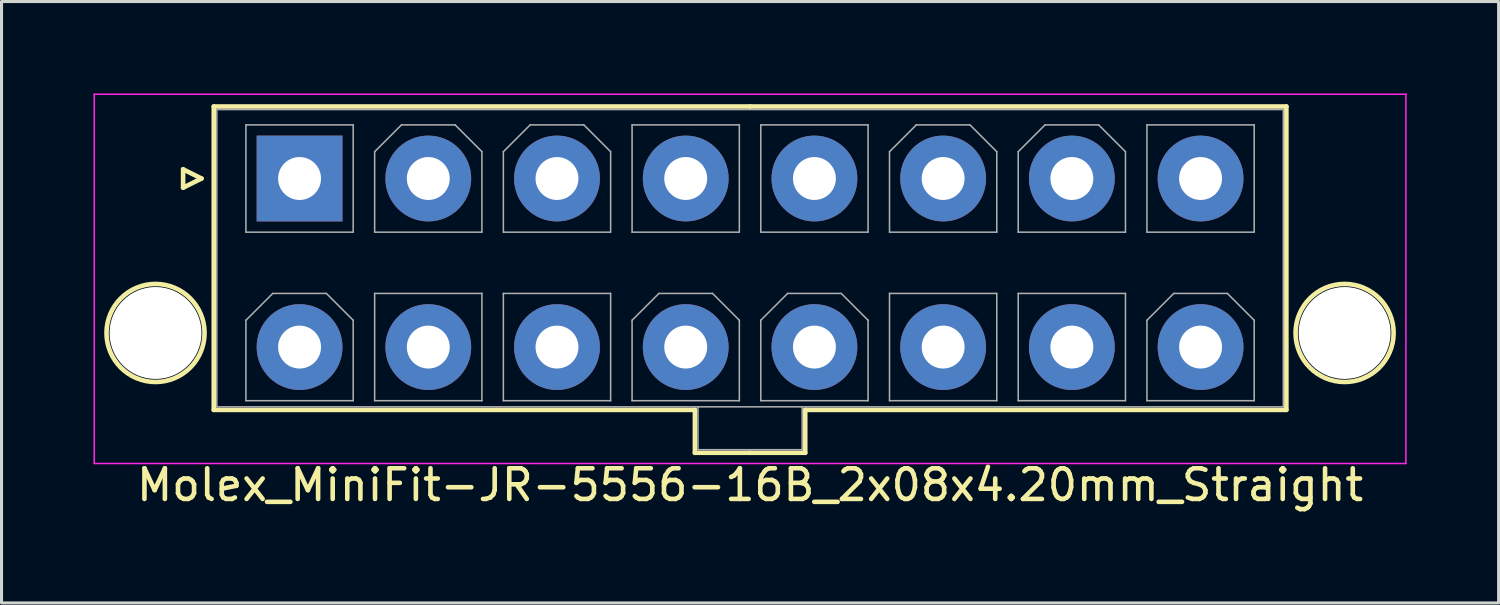
<source format=kicad_pcb>
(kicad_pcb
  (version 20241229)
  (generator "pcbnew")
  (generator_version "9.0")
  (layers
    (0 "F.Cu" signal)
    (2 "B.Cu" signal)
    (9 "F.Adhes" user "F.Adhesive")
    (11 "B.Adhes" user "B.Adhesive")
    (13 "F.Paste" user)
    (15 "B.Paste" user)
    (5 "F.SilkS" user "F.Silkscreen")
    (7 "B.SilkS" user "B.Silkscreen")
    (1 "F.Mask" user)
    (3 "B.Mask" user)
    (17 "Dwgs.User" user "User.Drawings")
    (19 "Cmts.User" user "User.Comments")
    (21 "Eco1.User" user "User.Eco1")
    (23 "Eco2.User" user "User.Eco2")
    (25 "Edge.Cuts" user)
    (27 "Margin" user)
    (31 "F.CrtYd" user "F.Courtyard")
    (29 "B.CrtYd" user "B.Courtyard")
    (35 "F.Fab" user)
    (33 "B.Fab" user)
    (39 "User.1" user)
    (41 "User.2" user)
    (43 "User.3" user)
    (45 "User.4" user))
  (footprint "Molex_MiniFit-JR-5556-16B_2x08x4.20mm_Straight"
    (layer "F.Cu")
    (at 6.725 2.775)
    (property "Reference" "Molex_MiniFit-JR-5556-16B_2x08x4.20mm_Straight" (at 14.7 10 0) (layer "F.SilkS") (effects (font (size 1 1) (thickness 0.15))))
    (attr through_hole)
    (fp_line (start -3.8 -0.3) (end -3.2 0) (stroke (width 0.15) (type solid)) (layer "F.SilkS"))
    (fp_line (start -3.8 0.3) (end -3.8 -0.3) (stroke (width 0.15) (type solid)) (layer "F.SilkS"))
    (fp_line (start -3.2 0) (end -3.8 0.3) (stroke (width 0.15) (type solid)) (layer "F.SilkS"))
    (fp_line (start -2.8 -2.35) (end -2.8 7.55) (stroke (width 0.15) (type solid)) (layer "F.SilkS"))
    (fp_line (start -2.8 7.55) (end 12.9 7.55) (stroke (width 0.15) (type solid)) (layer "F.SilkS"))
    (fp_line (start 12.9 7.55) (end 12.9 8.95) (stroke (width 0.15) (type solid)) (layer "F.SilkS"))
    (fp_line (start 12.9 8.95) (end 14.7 8.95) (stroke (width 0.15) (type solid)) (layer "F.SilkS"))
    (fp_line (start 14.7 -2.35) (end -2.8 -2.35) (stroke (width 0.15) (type solid)) (layer "F.SilkS"))
    (fp_line (start 14.7 -2.35) (end 32.2 -2.35) (stroke (width 0.15) (type solid)) (layer "F.SilkS"))
    (fp_line (start 16.5 7.55) (end 16.5 8.95) (stroke (width 0.15) (type solid)) (layer "F.SilkS"))
    (fp_line (start 16.5 8.95) (end 14.7 8.95) (stroke (width 0.15) (type solid)) (layer "F.SilkS"))
    (fp_line (start 32.2 -2.35) (end 32.2 7.55) (stroke (width 0.15) (type solid)) (layer "F.SilkS"))
    (fp_line (start 32.2 7.55) (end 16.5 7.55) (stroke (width 0.15) (type solid)) (layer "F.SilkS"))
    (fp_circle (center -4.7 5.04) (end -3.1 5.04) (stroke (width 0.15) (type solid)) (fill no) (layer "F.SilkS"))
    (fp_circle (center 34.1 5.04) (end 35.7 5.04) (stroke (width 0.15) (type solid)) (fill no) (layer "F.SilkS"))
    (fp_line (start -6.7 -2.75) (end -6.7 9.3) (stroke (width 0.05) (type solid)) (layer "F.CrtYd"))
    (fp_line (start -6.7 9.3) (end 36.1 9.3) (stroke (width 0.05) (type solid)) (layer "F.CrtYd"))
    (fp_line (start 36.1 -2.75) (end -6.7 -2.75) (stroke (width 0.05) (type solid)) (layer "F.CrtYd"))
    (fp_line (start 36.1 9.3) (end 36.1 -2.75) (stroke (width 0.05) (type solid)) (layer "F.CrtYd"))
    (fp_line (start -2.7 -2.25) (end -2.7 7.45) (stroke (width 0.05) (type solid)) (layer "F.Fab"))
    (fp_line (start -2.7 7.45) (end 32.1 7.45) (stroke (width 0.05) (type solid)) (layer "F.Fab"))
    (fp_line (start -1.75 -1.75) (end -1.75 1.75) (stroke (width 0.05) (type solid)) (layer "F.Fab"))
    (fp_line (start -1.75 1.75) (end 1.75 1.75) (stroke (width 0.05) (type solid)) (layer "F.Fab"))
    (fp_line (start -1.75 4.625) (end -0.875 3.75) (stroke (width 0.05) (type solid)) (layer "F.Fab"))
    (fp_line (start -1.75 7.25) (end -1.75 4.625) (stroke (width 0.05) (type solid)) (layer "F.Fab"))
    (fp_line (start -0.875 3.75) (end 0.875 3.75) (stroke (width 0.05) (type solid)) (layer "F.Fab"))
    (fp_line (start 0.875 3.75) (end 1.75 4.625) (stroke (width 0.05) (type solid)) (layer "F.Fab"))
    (fp_line (start 1.75 -1.75) (end -1.75 -1.75) (stroke (width 0.05) (type solid)) (layer "F.Fab"))
    (fp_line (start 1.75 1.75) (end 1.75 -1.75) (stroke (width 0.05) (type solid)) (layer "F.Fab"))
    (fp_line (start 1.75 4.625) (end 1.75 7.25) (stroke (width 0.05) (type solid)) (layer "F.Fab"))
    (fp_line (start 1.75 7.25) (end -1.75 7.25) (stroke (width 0.05) (type solid)) (layer "F.Fab"))
    (fp_line (start 2.45 -0.875) (end 3.325 -1.75) (stroke (width 0.05) (type solid)) (layer "F.Fab"))
    (fp_line (start 2.45 1.75) (end 2.45 -0.875) (stroke (width 0.05) (type solid)) (layer "F.Fab"))
    (fp_line (start 2.45 3.75) (end 2.45 7.25) (stroke (width 0.05) (type solid)) (layer "F.Fab"))
    (fp_line (start 2.45 7.25) (end 5.95 7.25) (stroke (width 0.05) (type solid)) (layer "F.Fab"))
    (fp_line (start 3.325 -1.75) (end 5.075 -1.75) (stroke (width 0.05) (type solid)) (layer "F.Fab"))
    (fp_line (start 5.075 -1.75) (end 5.95 -0.875) (stroke (width 0.05) (type solid)) (layer "F.Fab"))
    (fp_line (start 5.95 -0.875) (end 5.95 1.75) (stroke (width 0.05) (type solid)) (layer "F.Fab"))
    (fp_line (start 5.95 1.75) (end 2.45 1.75) (stroke (width 0.05) (type solid)) (layer "F.Fab"))
    (fp_line (start 5.95 3.75) (end 2.45 3.75) (stroke (width 0.05) (type solid)) (layer "F.Fab"))
    (fp_line (start 5.95 7.25) (end 5.95 3.75) (stroke (width 0.05) (type solid)) (layer "F.Fab"))
    (fp_line (start 6.65 -0.875) (end 7.525 -1.75) (stroke (width 0.05) (type solid)) (layer "F.Fab"))
    (fp_line (start 6.65 1.75) (end 6.65 -0.875) (stroke (width 0.05) (type solid)) (layer "F.Fab"))
    (fp_line (start 6.65 3.75) (end 6.65 7.25) (stroke (width 0.05) (type solid)) (layer "F.Fab"))
    (fp_line (start 6.65 7.25) (end 10.15 7.25) (stroke (width 0.05) (type solid)) (layer "F.Fab"))
    (fp_line (start 7.525 -1.75) (end 9.275 -1.75) (stroke (width 0.05) (type solid)) (layer "F.Fab"))
    (fp_line (start 9.275 -1.75) (end 10.15 -0.875) (stroke (width 0.05) (type solid)) (layer "F.Fab"))
    (fp_line (start 10.15 -0.875) (end 10.15 1.75) (stroke (width 0.05) (type solid)) (layer "F.Fab"))
    (fp_line (start 10.15 1.75) (end 6.65 1.75) (stroke (width 0.05) (type solid)) (layer "F.Fab"))
    (fp_line (start 10.15 3.75) (end 6.65 3.75) (stroke (width 0.05) (type solid)) (layer "F.Fab"))
    (fp_line (start 10.15 7.25) (end 10.15 3.75) (stroke (width 0.05) (type solid)) (layer "F.Fab"))
    (fp_line (start 10.85 -1.75) (end 10.85 1.75) (stroke (width 0.05) (type solid)) (layer "F.Fab"))
    (fp_line (start 10.85 1.75) (end 14.35 1.75) (stroke (width 0.05) (type solid)) (layer "F.Fab"))
    (fp_line (start 10.85 4.625) (end 11.725 3.75) (stroke (width 0.05) (type solid)) (layer "F.Fab"))
    (fp_line (start 10.85 7.25) (end 10.85 4.625) (stroke (width 0.05) (type solid)) (layer "F.Fab"))
    (fp_line (start 11.725 3.75) (end 13.475 3.75) (stroke (width 0.05) (type solid)) (layer "F.Fab"))
    (fp_line (start 13 7.45) (end 13 8.85) (stroke (width 0.05) (type solid)) (layer "F.Fab"))
    (fp_line (start 13 8.85) (end 16.4 8.85) (stroke (width 0.05) (type solid)) (layer "F.Fab"))
    (fp_line (start 13.475 3.75) (end 14.35 4.625) (stroke (width 0.05) (type solid)) (layer "F.Fab"))
    (fp_line (start 14.35 -1.75) (end 10.85 -1.75) (stroke (width 0.05) (type solid)) (layer "F.Fab"))
    (fp_line (start 14.35 1.75) (end 14.35 -1.75) (stroke (width 0.05) (type solid)) (layer "F.Fab"))
    (fp_line (start 14.35 4.625) (end 14.35 7.25) (stroke (width 0.05) (type solid)) (layer "F.Fab"))
    (fp_line (start 14.35 7.25) (end 10.85 7.25) (stroke (width 0.05) (type solid)) (layer "F.Fab"))
    (fp_line (start 15.05 -1.75) (end 15.05 1.75) (stroke (width 0.05) (type solid)) (layer "F.Fab"))
    (fp_line (start 15.05 1.75) (end 18.55 1.75) (stroke (width 0.05) (type solid)) (layer "F.Fab"))
    (fp_line (start 15.05 4.625) (end 15.925 3.75) (stroke (width 0.05) (type solid)) (layer "F.Fab"))
    (fp_line (start 15.05 7.25) (end 15.05 4.625) (stroke (width 0.05) (type solid)) (layer "F.Fab"))
    (fp_line (start 15.925 3.75) (end 17.675 3.75) (stroke (width 0.05) (type solid)) (layer "F.Fab"))
    (fp_line (start 16.4 8.85) (end 16.4 7.45) (stroke (width 0.05) (type solid)) (layer "F.Fab"))
    (fp_line (start 17.675 3.75) (end 18.55 4.625) (stroke (width 0.05) (type solid)) (layer "F.Fab"))
    (fp_line (start 18.55 -1.75) (end 15.05 -1.75) (stroke (width 0.05) (type solid)) (layer "F.Fab"))
    (fp_line (start 18.55 1.75) (end 18.55 -1.75) (stroke (width 0.05) (type solid)) (layer "F.Fab"))
    (fp_line (start 18.55 4.625) (end 18.55 7.25) (stroke (width 0.05) (type solid)) (layer "F.Fab"))
    (fp_line (start 18.55 7.25) (end 15.05 7.25) (stroke (width 0.05) (type solid)) (layer "F.Fab"))
    (fp_line (start 19.25 -0.875) (end 20.125 -1.75) (stroke (width 0.05) (type solid)) (layer "F.Fab"))
    (fp_line (start 19.25 1.75) (end 19.25 -0.875) (stroke (width 0.05) (type solid)) (layer "F.Fab"))
    (fp_line (start 19.25 3.75) (end 19.25 7.25) (stroke (width 0.05) (type solid)) (layer "F.Fab"))
    (fp_line (start 19.25 7.25) (end 22.75 7.25) (stroke (width 0.05) (type solid)) (layer "F.Fab"))
    (fp_line (start 20.125 -1.75) (end 21.875 -1.75) (stroke (width 0.05) (type solid)) (layer "F.Fab"))
    (fp_line (start 21.875 -1.75) (end 22.75 -0.875) (stroke (width 0.05) (type solid)) (layer "F.Fab"))
    (fp_line (start 22.75 -0.875) (end 22.75 1.75) (stroke (width 0.05) (type solid)) (layer "F.Fab"))
    (fp_line (start 22.75 1.75) (end 19.25 1.75) (stroke (width 0.05) (type solid)) (layer "F.Fab"))
    (fp_line (start 22.75 3.75) (end 19.25 3.75) (stroke (width 0.05) (type solid)) (layer "F.Fab"))
    (fp_line (start 22.75 7.25) (end 22.75 3.75) (stroke (width 0.05) (type solid)) (layer "F.Fab"))
    (fp_line (start 23.45 -0.875) (end 24.325 -1.75) (stroke (width 0.05) (type solid)) (layer "F.Fab"))
    (fp_line (start 23.45 1.75) (end 23.45 -0.875) (stroke (width 0.05) (type solid)) (layer "F.Fab"))
    (fp_line (start 23.45 3.75) (end 23.45 7.25) (stroke (width 0.05) (type solid)) (layer "F.Fab"))
    (fp_line (start 23.45 7.25) (end 26.95 7.25) (stroke (width 0.05) (type solid)) (layer "F.Fab"))
    (fp_line (start 24.325 -1.75) (end 26.075 -1.75) (stroke (width 0.05) (type solid)) (layer "F.Fab"))
    (fp_line (start 26.075 -1.75) (end 26.95 -0.875) (stroke (width 0.05) (type solid)) (layer "F.Fab"))
    (fp_line (start 26.95 -0.875) (end 26.95 1.75) (stroke (width 0.05) (type solid)) (layer "F.Fab"))
    (fp_line (start 26.95 1.75) (end 23.45 1.75) (stroke (width 0.05) (type solid)) (layer "F.Fab"))
    (fp_line (start 26.95 3.75) (end 23.45 3.75) (stroke (width 0.05) (type solid)) (layer "F.Fab"))
    (fp_line (start 26.95 7.25) (end 26.95 3.75) (stroke (width 0.05) (type solid)) (layer "F.Fab"))
    (fp_line (start 27.65 -1.75) (end 27.65 1.75) (stroke (width 0.05) (type solid)) (layer "F.Fab"))
    (fp_line (start 27.65 1.75) (end 31.15 1.75) (stroke (width 0.05) (type solid)) (layer "F.Fab"))
    (fp_line (start 27.65 4.625) (end 28.525 3.75) (stroke (width 0.05) (type solid)) (layer "F.Fab"))
    (fp_line (start 27.65 7.25) (end 27.65 4.625) (stroke (width 0.05) (type solid)) (layer "F.Fab"))
    (fp_line (start 28.525 3.75) (end 30.275 3.75) (stroke (width 0.05) (type solid)) (layer "F.Fab"))
    (fp_line (start 30.275 3.75) (end 31.15 4.625) (stroke (width 0.05) (type solid)) (layer "F.Fab"))
    (fp_line (start 31.15 -1.75) (end 27.65 -1.75) (stroke (width 0.05) (type solid)) (layer "F.Fab"))
    (fp_line (start 31.15 1.75) (end 31.15 -1.75) (stroke (width 0.05) (type solid)) (layer "F.Fab"))
    (fp_line (start 31.15 4.625) (end 31.15 7.25) (stroke (width 0.05) (type solid)) (layer "F.Fab"))
    (fp_line (start 31.15 7.25) (end 27.65 7.25) (stroke (width 0.05) (type solid)) (layer "F.Fab"))
    (fp_line (start 32.1 -2.25) (end -2.7 -2.25) (stroke (width 0.05) (type solid)) (layer "F.Fab"))
    (fp_line (start 32.1 7.45) (end 32.1 -2.25) (stroke (width 0.05) (type solid)) (layer "F.Fab"))
    (pad "" np_thru_hole circle (at -4.7 5.04) (size 3 3) (drill 3) (layers "*.Cu"))
    (pad "" np_thru_hole circle (at 34.1 5.04) (size 3 3) (drill 3) (layers "*.Cu"))
    (pad "1" thru_hole rect (at 0 0) (size 2.8 2.8) (drill 1.4) (layers "*.Cu" "*.Mask"))
    (pad "2" thru_hole circle (at 4.2 0) (size 2.8 2.8) (drill 1.4) (layers "*.Cu" "*.Mask"))
    (pad "3" thru_hole circle (at 8.4 0) (size 2.8 2.8) (drill 1.4) (layers "*.Cu" "*.Mask"))
    (pad "4" thru_hole circle (at 12.6 0) (size 2.8 2.8) (drill 1.4) (layers "*.Cu" "*.Mask"))
    (pad "5" thru_hole circle (at 16.8 0) (size 2.8 2.8) (drill 1.4) (layers "*.Cu" "*.Mask"))
    (pad "6" thru_hole circle (at 21 0) (size 2.8 2.8) (drill 1.4) (layers "*.Cu" "*.Mask"))
    (pad "7" thru_hole circle (at 25.2 0) (size 2.8 2.8) (drill 1.4) (layers "*.Cu" "*.Mask"))
    (pad "8" thru_hole circle (at 29.4 0) (size 2.8 2.8) (drill 1.4) (layers "*.Cu" "*.Mask"))
    (pad "9" thru_hole circle (at 0 5.5) (size 2.8 2.8) (drill 1.4) (layers "*.Cu" "*.Mask"))
    (pad "10" thru_hole circle (at 4.2 5.5) (size 2.8 2.8) (drill 1.4) (layers "*.Cu" "*.Mask"))
    (pad "11" thru_hole circle (at 8.4 5.5) (size 2.8 2.8) (drill 1.4) (layers "*.Cu" "*.Mask"))
    (pad "12" thru_hole circle (at 12.6 5.5) (size 2.8 2.8) (drill 1.4) (layers "*.Cu" "*.Mask"))
    (pad "13" thru_hole circle (at 16.8 5.5) (size 2.8 2.8) (drill 1.4) (layers "*.Cu" "*.Mask"))
    (pad "14" thru_hole circle (at 21 5.5) (size 2.8 2.8) (drill 1.4) (layers "*.Cu" "*.Mask"))
    (pad "15" thru_hole circle (at 25.2 5.5) (size 2.8 2.8) (drill 1.4) (layers "*.Cu" "*.Mask"))
    (pad "16" thru_hole circle (at 29.4 5.5) (size 2.8 2.8) (drill 1.4) (layers "*.Cu" "*.Mask")))
  (gr_rect
    (start -3 -3)
    (end 45.85 16.623)
    (stroke (width 0.1) (type default))
    (fill no)
    (layer "Edge.Cuts")))
</source>
